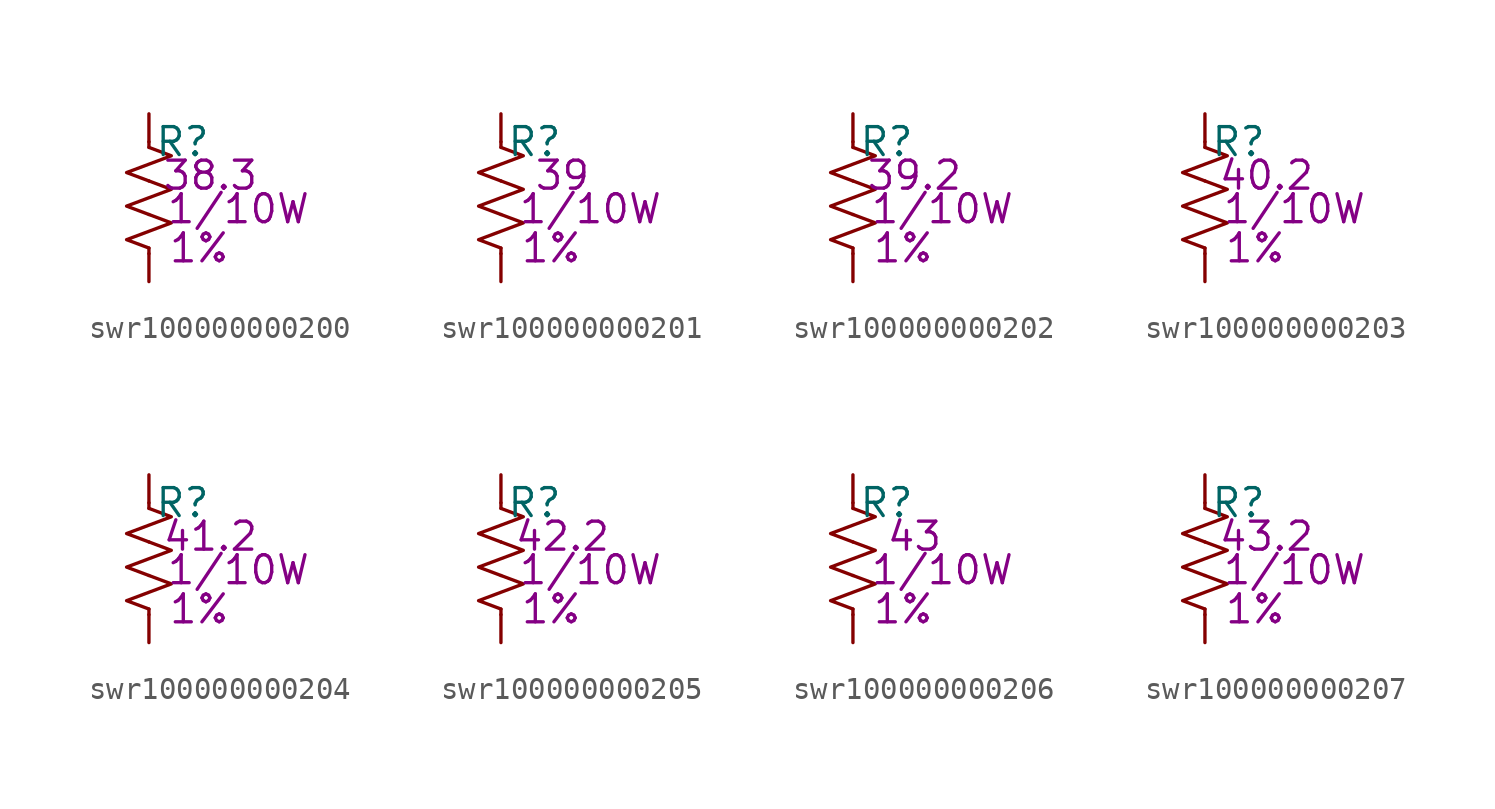
<source format=kicad_sym>
(kicad_symbol_lib
  (version 20211014)
  (generator kicad_symbol_editor)
  (symbol "swr100000000200"
    (pin_numbers hide)
    (pin_names
      (offset 1.016))
    (property "Reference" "R"
      (at 1.524 2.54 0)
      (effects (font (size 1.27 1.27))))
    (property "Tolerance" "1%"
      (at 2.286 -2.286 0)
      (effects (font (size 1.27 1.27))))
    (property "Wattage" "1/10W"
      (at 4.064 -0.508 0)
      (effects (font (size 1.27 1.27))))
    (property "PartValue" "38.3"
      (at 2.794 1.016 0)
      (effects (font (size 1.27 1.27))))
    (symbol "swr100000000200_1_1"
      (polyline (pts (xy 0 -2.286) (xy 0 -2.54)) (stroke (width 0) (type default) (color 0 0 0 0)) (fill (type none)))
      (polyline (pts (xy 0 2.286) (xy 0 2.54)) (stroke (width 0) (type default) (color 0 0 0 0)) (fill (type none)))
      (polyline (pts (xy 0 -0.762) (xy 1.016 -1.143) (xy 0 -1.524) (xy -1.016 -1.905) (xy 0 -2.286)) (stroke (width 0) (type default) (color 0 0 0 0)) (fill (type none)))
      (polyline (pts (xy 0 0.762) (xy 1.016 0.381) (xy 0 0) (xy -1.016 -0.381) (xy 0 -0.762)) (stroke (width 0) (type default) (color 0 0 0 0)) (fill (type none)))
      (polyline (pts (xy 0 2.286) (xy 1.016 1.905) (xy 0 1.524) (xy -1.016 1.143) (xy 0 0.762)) (stroke (width 0) (type default) (color 0 0 0 0)) (fill (type none)))
      (pin passive line (at 0 3.81 270) (length 1.27) (name "~" (effects (font (size 1.27 1.27)))) (number "1" (effects (font (size 1.27 1.27)))))
      (pin passive line (at 0 -3.81 90) (length 1.27) (name "~" (effects (font (size 1.27 1.27)))) (number "2" (effects (font (size 1.27 1.27)))))))
  (symbol "swr100000000201"
    (pin_numbers hide)
    (pin_names
      (offset 1.016))
    (property "Reference" "R"
      (at 1.524 2.54 0)
      (effects (font (size 1.27 1.27))))
    (property "Tolerance" "1%"
      (at 2.286 -2.286 0)
      (effects (font (size 1.27 1.27))))
    (property "Wattage" "1/10W"
      (at 4.064 -0.508 0)
      (effects (font (size 1.27 1.27))))
    (property "PartValue" "39"
      (at 2.794 1.016 0)
      (effects (font (size 1.27 1.27))))
    (symbol "swr100000000201_1_1"
      (polyline (pts (xy 0 -2.286) (xy 0 -2.54)) (stroke (width 0) (type default) (color 0 0 0 0)) (fill (type none)))
      (polyline (pts (xy 0 2.286) (xy 0 2.54)) (stroke (width 0) (type default) (color 0 0 0 0)) (fill (type none)))
      (polyline (pts (xy 0 -0.762) (xy 1.016 -1.143) (xy 0 -1.524) (xy -1.016 -1.905) (xy 0 -2.286)) (stroke (width 0) (type default) (color 0 0 0 0)) (fill (type none)))
      (polyline (pts (xy 0 0.762) (xy 1.016 0.381) (xy 0 0) (xy -1.016 -0.381) (xy 0 -0.762)) (stroke (width 0) (type default) (color 0 0 0 0)) (fill (type none)))
      (polyline (pts (xy 0 2.286) (xy 1.016 1.905) (xy 0 1.524) (xy -1.016 1.143) (xy 0 0.762)) (stroke (width 0) (type default) (color 0 0 0 0)) (fill (type none)))
      (pin passive line (at 0 3.81 270) (length 1.27) (name "~" (effects (font (size 1.27 1.27)))) (number "1" (effects (font (size 1.27 1.27)))))
      (pin passive line (at 0 -3.81 90) (length 1.27) (name "~" (effects (font (size 1.27 1.27)))) (number "2" (effects (font (size 1.27 1.27)))))))
  (symbol "swr100000000202"
    (pin_numbers hide)
    (pin_names
      (offset 1.016))
    (property "Reference" "R"
      (at 1.524 2.54 0)
      (effects (font (size 1.27 1.27))))
    (property "Tolerance" "1%"
      (at 2.286 -2.286 0)
      (effects (font (size 1.27 1.27))))
    (property "Wattage" "1/10W"
      (at 4.064 -0.508 0)
      (effects (font (size 1.27 1.27))))
    (property "PartValue" "39.2"
      (at 2.794 1.016 0)
      (effects (font (size 1.27 1.27))))
    (symbol "swr100000000202_1_1"
      (polyline (pts (xy 0 -2.286) (xy 0 -2.54)) (stroke (width 0) (type default) (color 0 0 0 0)) (fill (type none)))
      (polyline (pts (xy 0 2.286) (xy 0 2.54)) (stroke (width 0) (type default) (color 0 0 0 0)) (fill (type none)))
      (polyline (pts (xy 0 -0.762) (xy 1.016 -1.143) (xy 0 -1.524) (xy -1.016 -1.905) (xy 0 -2.286)) (stroke (width 0) (type default) (color 0 0 0 0)) (fill (type none)))
      (polyline (pts (xy 0 0.762) (xy 1.016 0.381) (xy 0 0) (xy -1.016 -0.381) (xy 0 -0.762)) (stroke (width 0) (type default) (color 0 0 0 0)) (fill (type none)))
      (polyline (pts (xy 0 2.286) (xy 1.016 1.905) (xy 0 1.524) (xy -1.016 1.143) (xy 0 0.762)) (stroke (width 0) (type default) (color 0 0 0 0)) (fill (type none)))
      (pin passive line (at 0 3.81 270) (length 1.27) (name "~" (effects (font (size 1.27 1.27)))) (number "1" (effects (font (size 1.27 1.27)))))
      (pin passive line (at 0 -3.81 90) (length 1.27) (name "~" (effects (font (size 1.27 1.27)))) (number "2" (effects (font (size 1.27 1.27)))))))
  (symbol "swr100000000203"
    (pin_numbers hide)
    (pin_names
      (offset 1.016))
    (property "Reference" "R"
      (at 1.524 2.54 0)
      (effects (font (size 1.27 1.27))))
    (property "Tolerance" "1%"
      (at 2.286 -2.286 0)
      (effects (font (size 1.27 1.27))))
    (property "Wattage" "1/10W"
      (at 4.064 -0.508 0)
      (effects (font (size 1.27 1.27))))
    (property "PartValue" "40.2"
      (at 2.794 1.016 0)
      (effects (font (size 1.27 1.27))))
    (symbol "swr100000000203_1_1"
      (polyline (pts (xy 0 -2.286) (xy 0 -2.54)) (stroke (width 0) (type default) (color 0 0 0 0)) (fill (type none)))
      (polyline (pts (xy 0 2.286) (xy 0 2.54)) (stroke (width 0) (type default) (color 0 0 0 0)) (fill (type none)))
      (polyline (pts (xy 0 -0.762) (xy 1.016 -1.143) (xy 0 -1.524) (xy -1.016 -1.905) (xy 0 -2.286)) (stroke (width 0) (type default) (color 0 0 0 0)) (fill (type none)))
      (polyline (pts (xy 0 0.762) (xy 1.016 0.381) (xy 0 0) (xy -1.016 -0.381) (xy 0 -0.762)) (stroke (width 0) (type default) (color 0 0 0 0)) (fill (type none)))
      (polyline (pts (xy 0 2.286) (xy 1.016 1.905) (xy 0 1.524) (xy -1.016 1.143) (xy 0 0.762)) (stroke (width 0) (type default) (color 0 0 0 0)) (fill (type none)))
      (pin passive line (at 0 3.81 270) (length 1.27) (name "~" (effects (font (size 1.27 1.27)))) (number "1" (effects (font (size 1.27 1.27)))))
      (pin passive line (at 0 -3.81 90) (length 1.27) (name "~" (effects (font (size 1.27 1.27)))) (number "2" (effects (font (size 1.27 1.27)))))))
  (symbol "swr100000000204"
    (pin_numbers hide)
    (pin_names
      (offset 1.016))
    (property "Reference" "R"
      (at 1.524 2.54 0)
      (effects (font (size 1.27 1.27))))
    (property "Tolerance" "1%"
      (at 2.286 -2.286 0)
      (effects (font (size 1.27 1.27))))
    (property "Wattage" "1/10W"
      (at 4.064 -0.508 0)
      (effects (font (size 1.27 1.27))))
    (property "PartValue" "41.2"
      (at 2.794 1.016 0)
      (effects (font (size 1.27 1.27))))
    (symbol "swr100000000204_1_1"
      (polyline (pts (xy 0 -2.286) (xy 0 -2.54)) (stroke (width 0) (type default) (color 0 0 0 0)) (fill (type none)))
      (polyline (pts (xy 0 2.286) (xy 0 2.54)) (stroke (width 0) (type default) (color 0 0 0 0)) (fill (type none)))
      (polyline (pts (xy 0 -0.762) (xy 1.016 -1.143) (xy 0 -1.524) (xy -1.016 -1.905) (xy 0 -2.286)) (stroke (width 0) (type default) (color 0 0 0 0)) (fill (type none)))
      (polyline (pts (xy 0 0.762) (xy 1.016 0.381) (xy 0 0) (xy -1.016 -0.381) (xy 0 -0.762)) (stroke (width 0) (type default) (color 0 0 0 0)) (fill (type none)))
      (polyline (pts (xy 0 2.286) (xy 1.016 1.905) (xy 0 1.524) (xy -1.016 1.143) (xy 0 0.762)) (stroke (width 0) (type default) (color 0 0 0 0)) (fill (type none)))
      (pin passive line (at 0 3.81 270) (length 1.27) (name "~" (effects (font (size 1.27 1.27)))) (number "1" (effects (font (size 1.27 1.27)))))
      (pin passive line (at 0 -3.81 90) (length 1.27) (name "~" (effects (font (size 1.27 1.27)))) (number "2" (effects (font (size 1.27 1.27)))))))
  (symbol "swr100000000205"
    (pin_numbers hide)
    (pin_names
      (offset 1.016))
    (property "Reference" "R"
      (at 1.524 2.54 0)
      (effects (font (size 1.27 1.27))))
    (property "Tolerance" "1%"
      (at 2.286 -2.286 0)
      (effects (font (size 1.27 1.27))))
    (property "Wattage" "1/10W"
      (at 4.064 -0.508 0)
      (effects (font (size 1.27 1.27))))
    (property "PartValue" "42.2"
      (at 2.794 1.016 0)
      (effects (font (size 1.27 1.27))))
    (symbol "swr100000000205_1_1"
      (polyline (pts (xy 0 -2.286) (xy 0 -2.54)) (stroke (width 0) (type default) (color 0 0 0 0)) (fill (type none)))
      (polyline (pts (xy 0 2.286) (xy 0 2.54)) (stroke (width 0) (type default) (color 0 0 0 0)) (fill (type none)))
      (polyline (pts (xy 0 -0.762) (xy 1.016 -1.143) (xy 0 -1.524) (xy -1.016 -1.905) (xy 0 -2.286)) (stroke (width 0) (type default) (color 0 0 0 0)) (fill (type none)))
      (polyline (pts (xy 0 0.762) (xy 1.016 0.381) (xy 0 0) (xy -1.016 -0.381) (xy 0 -0.762)) (stroke (width 0) (type default) (color 0 0 0 0)) (fill (type none)))
      (polyline (pts (xy 0 2.286) (xy 1.016 1.905) (xy 0 1.524) (xy -1.016 1.143) (xy 0 0.762)) (stroke (width 0) (type default) (color 0 0 0 0)) (fill (type none)))
      (pin passive line (at 0 3.81 270) (length 1.27) (name "~" (effects (font (size 1.27 1.27)))) (number "1" (effects (font (size 1.27 1.27)))))
      (pin passive line (at 0 -3.81 90) (length 1.27) (name "~" (effects (font (size 1.27 1.27)))) (number "2" (effects (font (size 1.27 1.27)))))))
  (symbol "swr100000000206"
    (pin_numbers hide)
    (pin_names
      (offset 1.016))
    (property "Reference" "R"
      (at 1.524 2.54 0)
      (effects (font (size 1.27 1.27))))
    (property "Tolerance" "1%"
      (at 2.286 -2.286 0)
      (effects (font (size 1.27 1.27))))
    (property "Wattage" "1/10W"
      (at 4.064 -0.508 0)
      (effects (font (size 1.27 1.27))))
    (property "PartValue" "43"
      (at 2.794 1.016 0)
      (effects (font (size 1.27 1.27))))
    (symbol "swr100000000206_1_1"
      (polyline (pts (xy 0 -2.286) (xy 0 -2.54)) (stroke (width 0) (type default) (color 0 0 0 0)) (fill (type none)))
      (polyline (pts (xy 0 2.286) (xy 0 2.54)) (stroke (width 0) (type default) (color 0 0 0 0)) (fill (type none)))
      (polyline (pts (xy 0 -0.762) (xy 1.016 -1.143) (xy 0 -1.524) (xy -1.016 -1.905) (xy 0 -2.286)) (stroke (width 0) (type default) (color 0 0 0 0)) (fill (type none)))
      (polyline (pts (xy 0 0.762) (xy 1.016 0.381) (xy 0 0) (xy -1.016 -0.381) (xy 0 -0.762)) (stroke (width 0) (type default) (color 0 0 0 0)) (fill (type none)))
      (polyline (pts (xy 0 2.286) (xy 1.016 1.905) (xy 0 1.524) (xy -1.016 1.143) (xy 0 0.762)) (stroke (width 0) (type default) (color 0 0 0 0)) (fill (type none)))
      (pin passive line (at 0 3.81 270) (length 1.27) (name "~" (effects (font (size 1.27 1.27)))) (number "1" (effects (font (size 1.27 1.27)))))
      (pin passive line (at 0 -3.81 90) (length 1.27) (name "~" (effects (font (size 1.27 1.27)))) (number "2" (effects (font (size 1.27 1.27)))))))
  (symbol "swr100000000207"
    (pin_numbers hide)
    (pin_names
      (offset 1.016))
    (property "Reference" "R"
      (at 1.524 2.54 0)
      (effects (font (size 1.27 1.27))))
    (property "Tolerance" "1%"
      (at 2.286 -2.286 0)
      (effects (font (size 1.27 1.27))))
    (property "Wattage" "1/10W"
      (at 4.064 -0.508 0)
      (effects (font (size 1.27 1.27))))
    (property "PartValue" "43.2"
      (at 2.794 1.016 0)
      (effects (font (size 1.27 1.27))))
    (symbol "swr100000000207_1_1"
      (polyline (pts (xy 0 -2.286) (xy 0 -2.54)) (stroke (width 0) (type default) (color 0 0 0 0)) (fill (type none)))
      (polyline (pts (xy 0 2.286) (xy 0 2.54)) (stroke (width 0) (type default) (color 0 0 0 0)) (fill (type none)))
      (polyline (pts (xy 0 -0.762) (xy 1.016 -1.143) (xy 0 -1.524) (xy -1.016 -1.905) (xy 0 -2.286)) (stroke (width 0) (type default) (color 0 0 0 0)) (fill (type none)))
      (polyline (pts (xy 0 0.762) (xy 1.016 0.381) (xy 0 0) (xy -1.016 -0.381) (xy 0 -0.762)) (stroke (width 0) (type default) (color 0 0 0 0)) (fill (type none)))
      (polyline (pts (xy 0 2.286) (xy 1.016 1.905) (xy 0 1.524) (xy -1.016 1.143) (xy 0 0.762)) (stroke (width 0) (type default) (color 0 0 0 0)) (fill (type none)))
      (pin passive line (at 0 3.81 270) (length 1.27) (name "~" (effects (font (size 1.27 1.27)))) (number "1" (effects (font (size 1.27 1.27)))))
      (pin passive line (at 0 -3.81 90) (length 1.27) (name "~" (effects (font (size 1.27 1.27)))) (number "2" (effects (font (size 1.27 1.27))))))))
</source>
